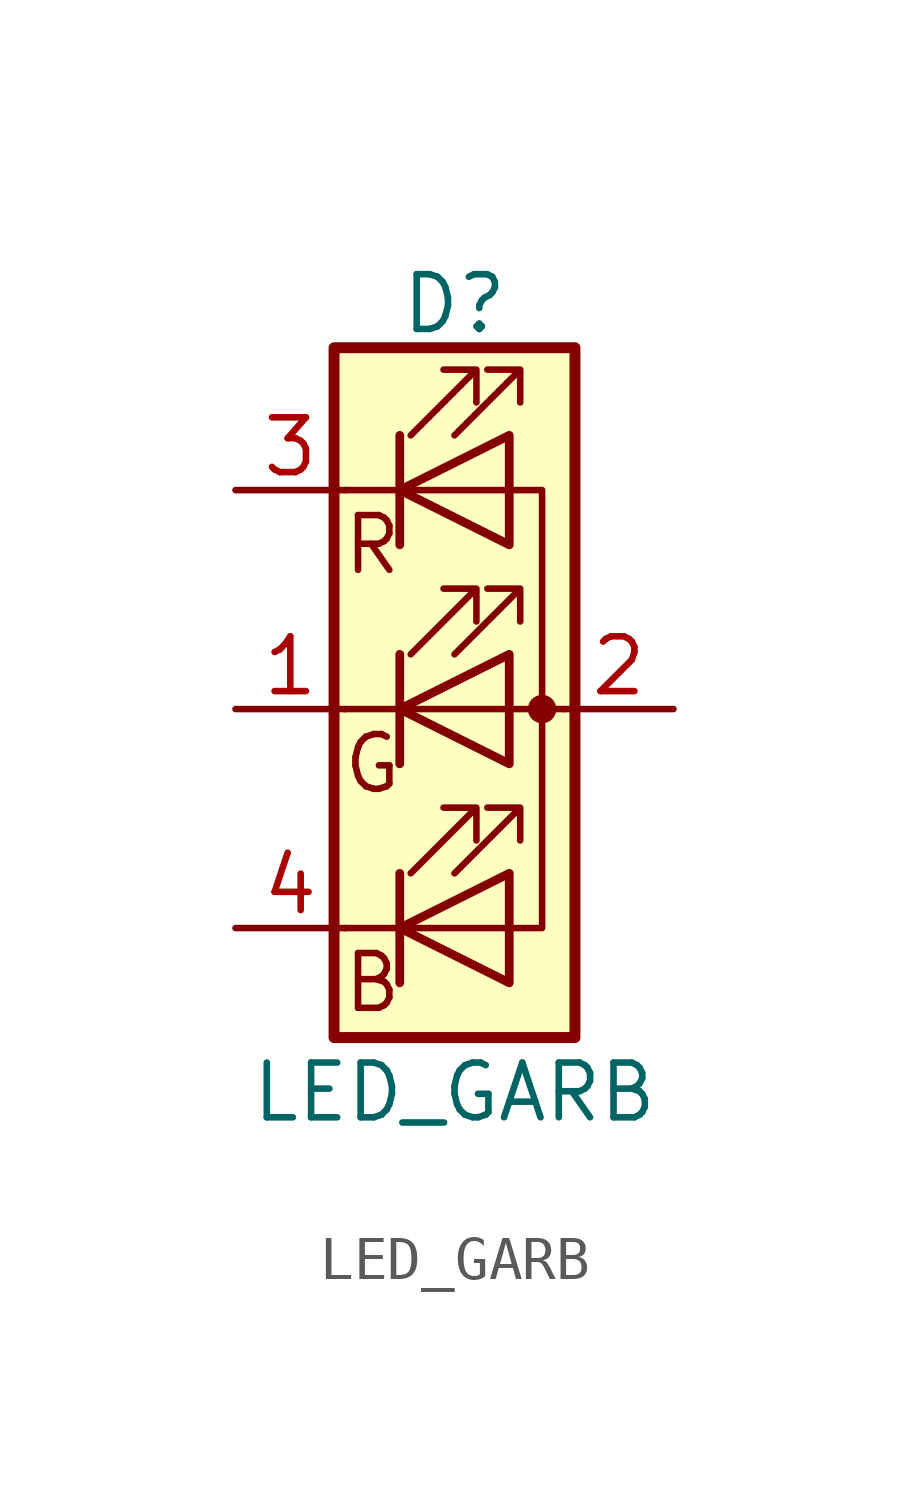
<source format=kicad_sym>
(kicad_symbol_lib
  (version 20211014)
  (generator kicad_symbol_editor)
  (symbol "LED_GARB"
    (pin_names
      (offset 0) hide)
    (property "Reference" "D"
      (at 0 9.398 0)
      (effects (font (size 1.27 1.27))))
    (property "Value" "LED_GARB"
      (at 0 -8.89 0)
      (effects (font (size 1.27 1.27))))
    (symbol "LED_GARB_0_0"
      (text "B" (at -1.905 -6.35 0) (effects (font (size 1.27 1.27))))
      (text "G" (at -1.905 -1.27 0) (effects (font (size 1.27 1.27))))
      (text "R" (at -1.905 3.81 0) (effects (font (size 1.27 1.27)))))
    (symbol "LED_GARB_0_1"
      (polyline (pts (xy -1.27 -5.08) (xy -2.54 -5.08)) (stroke (width 0) (type default) (color 0 0 0 0)) (fill (type none)))
      (polyline (pts (xy -1.27 -5.08) (xy 1.27 -5.08)) (stroke (width 0) (type default) (color 0 0 0 0)) (fill (type none)))
      (polyline (pts (xy -1.27 -3.81) (xy -1.27 -6.35)) (stroke (width 0) (type default) (color 0 0 0 0)) (fill (type none)))
      (polyline (pts (xy -1.27 -3.81) (xy -1.27 -6.35)) (stroke (width 0.203) (type default) (color 0 0 0 0)) (fill (type none)))
      (polyline (pts (xy -1.27 0) (xy -2.54 0)) (stroke (width 0) (type default) (color 0 0 0 0)) (fill (type none)))
      (polyline (pts (xy -1.27 1.27) (xy -1.27 -1.27)) (stroke (width 0.203) (type default) (color 0 0 0 0)) (fill (type none)))
      (polyline (pts (xy -1.27 5.08) (xy -2.54 5.08)) (stroke (width 0) (type default) (color 0 0 0 0)) (fill (type none)))
      (polyline (pts (xy -1.27 5.08) (xy 1.27 5.08)) (stroke (width 0) (type default) (color 0 0 0 0)) (fill (type none)))
      (polyline (pts (xy -1.27 6.35) (xy -1.27 3.81)) (stroke (width 0.203) (type default) (color 0 0 0 0)) (fill (type none)))
      (polyline (pts (xy 1.27 0) (xy -1.27 0)) (stroke (width 0) (type default) (color 0 0 0 0)) (fill (type none)))
      (polyline (pts (xy 1.27 0) (xy 2.54 0)) (stroke (width 0) (type default) (color 0 0 0 0)) (fill (type none)))
      (polyline (pts (xy -1.27 1.27) (xy -1.27 -1.27) (xy -1.27 -1.27)) (stroke (width 0) (type default) (color 0 0 0 0)) (fill (type none)))
      (polyline (pts (xy -1.27 6.35) (xy -1.27 3.81) (xy -1.27 3.81)) (stroke (width 0) (type default) (color 0 0 0 0)) (fill (type none)))
      (polyline (pts (xy 1.27 -5.08) (xy 2.032 -5.08) (xy 2.032 5.08) (xy 1.27 5.08)) (stroke (width 0) (type default) (color 0 0 0 0)) (fill (type none)))
      (polyline (pts (xy 1.27 -3.81) (xy 1.27 -6.35) (xy -1.27 -5.08) (xy 1.27 -3.81)) (stroke (width 0.203) (type default) (color 0 0 0 0)) (fill (type none)))
      (polyline (pts (xy 1.27 1.27) (xy 1.27 -1.27) (xy -1.27 0) (xy 1.27 1.27)) (stroke (width 0.203) (type default) (color 0 0 0 0)) (fill (type none)))
      (polyline (pts (xy 1.27 6.35) (xy 1.27 3.81) (xy -1.27 5.08) (xy 1.27 6.35)) (stroke (width 0.203) (type default) (color 0 0 0 0)) (fill (type none)))
      (polyline (pts (xy -1.016 -3.81) (xy 0.508 -2.286) (xy -0.254 -2.286) (xy 0.508 -2.286) (xy 0.508 -3.048)) (stroke (width 0) (type default) (color 0 0 0 0)) (fill (type none)))
      (polyline (pts (xy -1.016 1.27) (xy 0.508 2.794) (xy -0.254 2.794) (xy 0.508 2.794) (xy 0.508 2.032)) (stroke (width 0) (type default) (color 0 0 0 0)) (fill (type none)))
      (polyline (pts (xy -1.016 6.35) (xy 0.508 7.874) (xy -0.254 7.874) (xy 0.508 7.874) (xy 0.508 7.112)) (stroke (width 0) (type default) (color 0 0 0 0)) (fill (type none)))
      (polyline (pts (xy 0 -3.81) (xy 1.524 -2.286) (xy 0.762 -2.286) (xy 1.524 -2.286) (xy 1.524 -3.048)) (stroke (width 0) (type default) (color 0 0 0 0)) (fill (type none)))
      (polyline (pts (xy 0 1.27) (xy 1.524 2.794) (xy 0.762 2.794) (xy 1.524 2.794) (xy 1.524 2.032)) (stroke (width 0) (type default) (color 0 0 0 0)) (fill (type none)))
      (polyline (pts (xy 0 6.35) (xy 1.524 7.874) (xy 0.762 7.874) (xy 1.524 7.874) (xy 1.524 7.112)) (stroke (width 0) (type default) (color 0 0 0 0)) (fill (type none)))
      (rectangle (start 1.27 -1.27) (end 1.27 1.27) (stroke (width 0) (type default) (color 0 0 0 0)) (fill (type none)))
      (rectangle (start 1.27 1.27) (end 1.27 1.27) (stroke (width 0) (type default) (color 0 0 0 0)) (fill (type none)))
      (rectangle (start 1.27 3.81) (end 1.27 6.35) (stroke (width 0) (type default) (color 0 0 0 0)) (fill (type none)))
      (rectangle (start 1.27 6.35) (end 1.27 6.35) (stroke (width 0) (type default) (color 0 0 0 0)) (fill (type none)))
      (circle (center 2.032 0) (radius 0.254) (stroke (width 0) (type default) (color 0 0 0 0)) (fill (type outline)))
      (rectangle (start 2.794 8.382) (end -2.794 -7.62) (stroke (width 0.254) (type default) (color 0 0 0 0)) (fill (type background))))
    (symbol "LED_GARB_1_1"
      (pin passive line (at -5.08 0 0) (length 2.54) (name "GK" (effects (font (size 1.27 1.27)))) (number "1" (effects (font (size 1.27 1.27)))))
      (pin passive line (at 5.08 0 180) (length 2.54) (name "A" (effects (font (size 1.27 1.27)))) (number "2" (effects (font (size 1.27 1.27)))))
      (pin passive line (at -5.08 5.08 0) (length 2.54) (name "RK" (effects (font (size 1.27 1.27)))) (number "3" (effects (font (size 1.27 1.27)))))
      (pin passive line (at -5.08 -5.08 0) (length 2.54) (name "BK" (effects (font (size 1.27 1.27)))) (number "4" (effects (font (size 1.27 1.27))))))))
</source>
